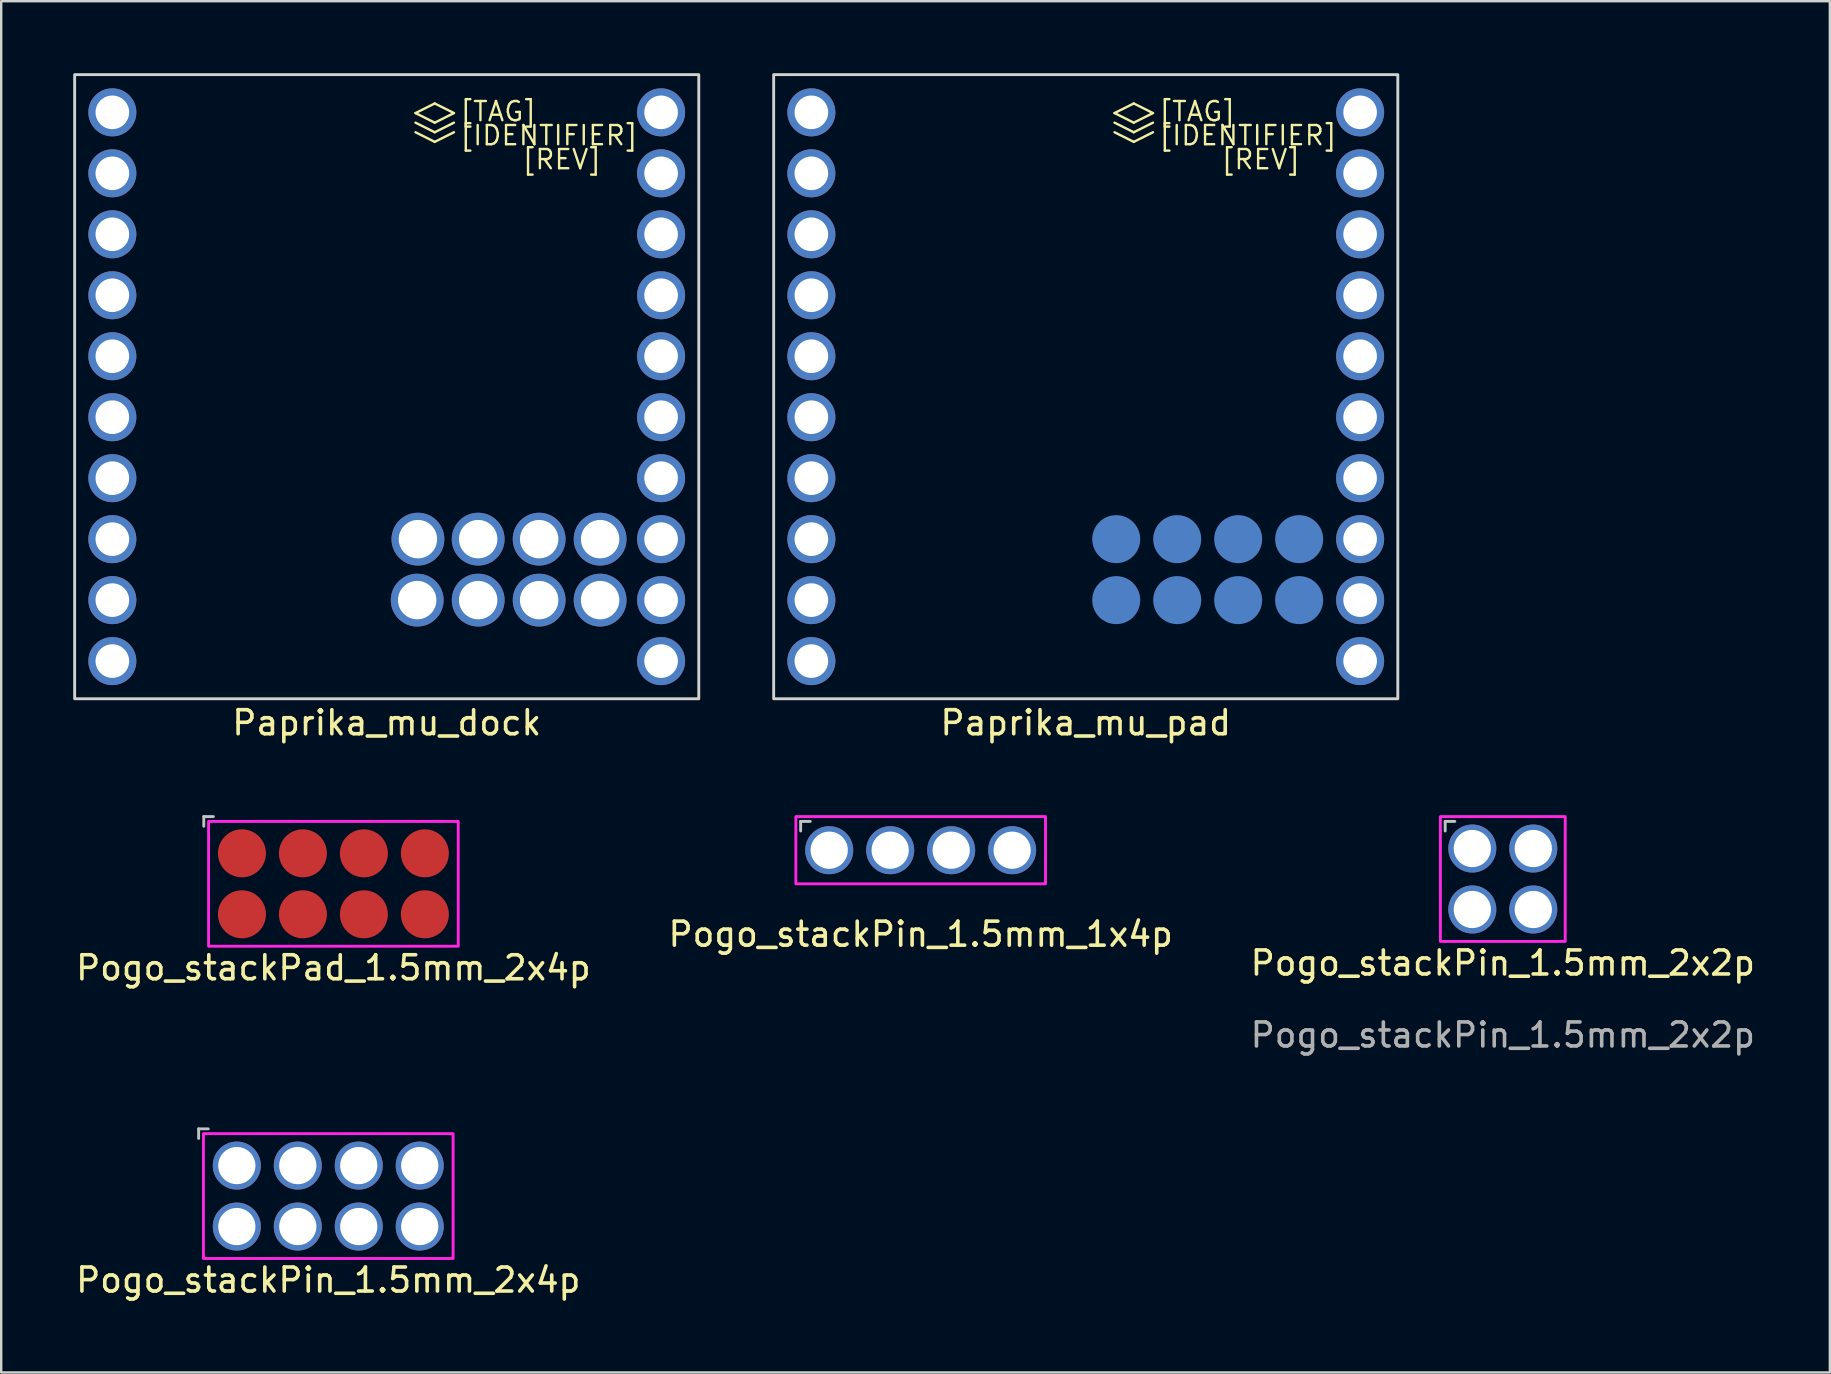
<source format=kicad_pcb>
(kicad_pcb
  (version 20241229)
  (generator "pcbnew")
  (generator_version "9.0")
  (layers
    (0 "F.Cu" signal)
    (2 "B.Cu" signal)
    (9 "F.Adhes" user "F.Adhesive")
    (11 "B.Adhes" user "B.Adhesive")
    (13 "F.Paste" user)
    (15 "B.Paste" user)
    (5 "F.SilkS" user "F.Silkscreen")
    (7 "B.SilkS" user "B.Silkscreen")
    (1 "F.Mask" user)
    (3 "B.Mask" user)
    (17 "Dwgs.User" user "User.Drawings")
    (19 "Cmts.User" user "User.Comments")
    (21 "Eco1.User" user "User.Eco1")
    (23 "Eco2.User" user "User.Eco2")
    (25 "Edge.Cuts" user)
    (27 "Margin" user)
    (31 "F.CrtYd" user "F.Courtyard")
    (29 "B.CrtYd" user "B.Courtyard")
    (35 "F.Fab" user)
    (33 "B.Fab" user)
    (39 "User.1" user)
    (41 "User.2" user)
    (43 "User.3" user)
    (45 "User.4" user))
  (footprint "Pogo_stackPin_1.5mm_2x2p"
    (layer "F.Cu")
    (at 59.554 33.568)
    (property "Reference" "Pogo_stackPin_1.5mm_2x2p" (at 0 3.5 0) (unlocked yes) (layer "F.SilkS") (effects (font (size 1 1) (thickness 0.15))))
    (attr smd)
    (fp_line (start -2.4 -2.4) (end -2 -2.4) (stroke (width 0.12) (type solid)) (layer "Dwgs.User"))
    (fp_line (start -2.4 -2) (end -2.4 -2.4) (stroke (width 0.12) (type solid)) (layer "Dwgs.User"))
    (fp_rect (start -2.6 -2.6) (end 2.6 2.6) (stroke (width 0.12) (type solid)) (fill no) (layer "F.CrtYd"))
    (fp_text user "${REFERENCE}" (at 0 6.5 0) (unlocked yes) (layer "F.Fab") (effects (font (size 1 1) (thickness 0.15))))
    (pad "1" thru_hole circle (at -1.27 -1.27) (size 2 2) (drill 1.55) (layers "*.Cu" "*.Mask"))
    (pad "2" thru_hole circle (at 1.27 -1.27) (size 2 2) (drill 1.55) (layers "*.Cu" "*.Mask"))
    (pad "3" thru_hole circle (at -1.27 1.27) (size 2 2) (drill 1.55) (layers "*.Cu" "*.Mask"))
    (pad "4" thru_hole circle (at 1.27 1.27) (size 2 2) (drill 1.55) (layers "*.Cu" "*.Mask")))
  (footprint "Pogo_stackPad_1.5mm_2x4p"
    (layer "F.Cu")
    (at 10.839 33.768)
    (property "Reference" "Pogo_stackPad_1.5mm_2x4p" (at 0 3.5 0) (unlocked yes) (layer "F.SilkS") (effects (font (size 1 1) (thickness 0.15))))
    (attr smd)
    (fp_line (start -5.4 -2.8) (end -5 -2.8) (stroke (width 0.12) (type solid)) (layer "Dwgs.User"))
    (fp_line (start -5.4 -2.4) (end -5.4 -2.8) (stroke (width 0.12) (type solid)) (layer "Dwgs.User"))
    (fp_rect (start -5.2 -2.6) (end 5.2 2.6) (stroke (width 0.12) (type solid)) (fill no) (layer "F.CrtYd"))
    (pad "1" smd circle (at -3.81 -1.27) (size 2 2) (layers "F.Cu" "F.Mask" "F.Paste"))
    (pad "2" smd circle (at -1.27 -1.27) (size 2 2) (layers "F.Cu" "F.Mask" "F.Paste"))
    (pad "3" smd circle (at 1.27 -1.27) (size 2 2) (layers "F.Cu" "F.Mask" "F.Paste"))
    (pad "4" smd circle (at 3.81 -1.27) (size 2 2) (layers "F.Cu" "F.Mask" "F.Paste"))
    (pad "5" smd circle (at -3.81 1.27) (size 2 2) (layers "F.Cu" "F.Mask" "F.Paste"))
    (pad "6" smd circle (at -1.27 1.27) (size 2 2) (layers "F.Cu" "F.Mask" "F.Paste"))
    (pad "7" smd circle (at 1.27 1.27) (size 2 2) (layers "F.Cu" "F.Mask" "F.Paste"))
    (pad "8" smd circle (at 3.81 1.27) (size 2 2) (layers "F.Cu" "F.Mask" "F.Paste")))
  (footprint "Pogo_stackPin_1.5mm_1x4p"
    (layer "F.Cu")
    (at 35.304 32.368)
    (property "Reference" "Pogo_stackPin_1.5mm_1x4p" (at 0 3.5 0) (unlocked yes) (layer "F.SilkS") (effects (font (size 1 1) (thickness 0.15))))
    (attr smd)
    (fp_line (start -5 -1.2) (end -4.6 -1.2) (stroke (width 0.12) (type solid)) (layer "Dwgs.User"))
    (fp_line (start -5 -0.8) (end -5 -1.2) (stroke (width 0.12) (type solid)) (layer "Dwgs.User"))
    (fp_rect (start -5.2 -1.4) (end 5.2 1.4) (stroke (width 0.12) (type solid)) (fill no) (layer "F.CrtYd"))
    (pad "1" thru_hole circle (at -3.81 0) (size 2 2) (drill 1.55) (layers "*.Cu" "*.Mask"))
    (pad "2" thru_hole circle (at -1.27 0) (size 2 2) (drill 1.55) (layers "*.Cu" "*.Mask"))
    (pad "3" thru_hole circle (at 1.27 0) (size 2 2) (drill 1.55) (layers "*.Cu" "*.Mask"))
    (pad "4" thru_hole circle (at 3.81 0) (size 2 2) (drill 1.55) (layers "*.Cu" "*.Mask")))
  (footprint "Pogo_stackPin_1.5mm_2x4p"
    (layer "F.Cu")
    (at 10.625 46.776)
    (property "Reference" "Pogo_stackPin_1.5mm_2x4p" (at 0 3.5 0) (unlocked yes) (layer "F.SilkS") (effects (font (size 1 1) (thickness 0.15))))
    (attr smd)
    (fp_line (start -5.4 -2.8) (end -5 -2.8) (stroke (width 0.12) (type solid)) (layer "Dwgs.User"))
    (fp_line (start -5.4 -2.4) (end -5.4 -2.8) (stroke (width 0.12) (type solid)) (layer "Dwgs.User"))
    (fp_rect (start -5.2 -2.6) (end 5.2 2.6) (stroke (width 0.12) (type solid)) (fill no) (layer "F.CrtYd"))
    (pad "1" thru_hole circle (at -3.81 -1.27) (size 2 2) (drill 1.55) (layers "*.Cu" "*.Mask"))
    (pad "2" thru_hole circle (at -1.27 -1.27) (size 2 2) (drill 1.55) (layers "*.Cu" "*.Mask"))
    (pad "3" thru_hole circle (at 1.27 -1.27) (size 2 2) (drill 1.55) (layers "*.Cu" "*.Mask"))
    (pad "4" thru_hole circle (at 3.81 -1.27) (size 2 2) (drill 1.55) (layers "*.Cu" "*.Mask"))
    (pad "5" thru_hole circle (at -3.81 1.27) (size 2 2) (drill 1.55) (layers "*.Cu" "*.Mask"))
    (pad "6" thru_hole circle (at -1.27 1.27) (size 2 2) (drill 1.55) (layers "*.Cu" "*.Mask"))
    (pad "7" thru_hole circle (at 1.27 1.27) (size 2 2) (drill 1.55) (layers "*.Cu" "*.Mask"))
    (pad "8" thru_hole circle (at 3.81 1.27) (size 2 2) (drill 1.55) (layers "*.Cu" "*.Mask")))
  (footprint "Paprika_mu_pad"
    (layer "F.Cu")
    (at 42.18 13.06)
    (property "Reference" "Paprika_mu_pad" (at 0 14 0) (unlocked yes) (layer "F.SilkS") (effects (font (size 1 1) (thickness 0.15))))
    (attr smd)
    (fp_line (start 1.2 -11.4) (end 2 -11) (stroke (width 0.1) (type default)) (layer "F.SilkS"))
    (fp_line (start 1.2 -11) (end 2 -10.6) (stroke (width 0.1) (type default)) (layer "F.SilkS"))
    (fp_line (start 1.2 -10.6) (end 2 -10.2) (stroke (width 0.1) (type default)) (layer "F.SilkS"))
    (fp_line (start 2 -11.8) (end 1.2 -11.4) (stroke (width 0.1) (type default)) (layer "F.SilkS"))
    (fp_line (start 2 -11.8) (end 2.8 -11.4) (stroke (width 0.1) (type default)) (layer "F.SilkS"))
    (fp_line (start 2 -11) (end 2.8 -11.4) (stroke (width 0.1) (type default)) (layer "F.SilkS"))
    (fp_line (start 2 -10.6) (end 2.8 -11) (stroke (width 0.1) (type default)) (layer "F.SilkS"))
    (fp_line (start 2 -10.2) (end 2.8 -10.6) (stroke (width 0.1) (type default)) (layer "F.SilkS"))
    (fp_rect (start -13 -13) (end 13 13) (stroke (width 0.12) (type solid)) (fill no) (layer "Edge.Cuts"))
    (fp_text user "[REV]" (at 9 -9 0) (unlocked yes) (layer "F.SilkS") (effects (font (size 0.8 0.8) (thickness 0.1)) (justify right bottom)))
    (fp_text user "[TAG]" (at 3 -11 0) (unlocked yes) (layer "F.SilkS") (effects (font (size 0.8 0.8) (thickness 0.1)) (justify left bottom)))
    (fp_text user "[IDENTIFIER]" (at 3 -10 0) (unlocked yes) (layer "F.SilkS") (effects (font (size 0.8 0.8) (thickness 0.1)) (justify left bottom)))
    (pad "1" thru_hole circle (at -11.43 11.43) (size 2 2) (drill 1.4) (layers "*.Cu" "*.Mask"))
    (pad "2" thru_hole circle (at -11.43 8.89) (size 2 2) (drill 1.4) (layers "*.Cu" "*.Mask"))
    (pad "3" thru_hole circle (at -11.43 6.35) (size 2 2) (drill 1.4) (layers "*.Cu" "*.Mask"))
    (pad "4" thru_hole circle (at -11.43 3.81) (size 2 2) (drill 1.4) (layers "*.Cu" "*.Mask"))
    (pad "5" thru_hole circle (at -11.43 1.27) (size 2 2) (drill 1.4) (layers "*.Cu" "*.Mask"))
    (pad "6" thru_hole circle (at -11.43 -1.27) (size 2 2) (drill 1.4) (layers "*.Cu" "*.Mask"))
    (pad "7" thru_hole circle (at -11.43 -3.81) (size 2 2) (drill 1.4) (layers "*.Cu" "*.Mask"))
    (pad "8" thru_hole circle (at -11.43 -6.35) (size 2 2) (drill 1.4) (layers "*.Cu" "*.Mask"))
    (pad "9" thru_hole circle (at -11.43 -8.89) (size 2 2) (drill 1.4) (layers "*.Cu" "*.Mask"))
    (pad "10" thru_hole circle (at -11.43 -11.43) (size 2 2) (drill 1.4) (layers "*.Cu" "*.Mask"))
    (pad "11" thru_hole circle (at 11.43 -11.43) (size 2 2) (drill 1.4) (layers "*.Cu" "*.Mask"))
    (pad "12" thru_hole circle (at 11.43 -8.89) (size 2 2) (drill 1.4) (layers "*.Cu" "*.Mask"))
    (pad "13" thru_hole circle (at 11.43 -6.35) (size 2 2) (drill 1.4) (layers "*.Cu" "*.Mask"))
    (pad "14" thru_hole circle (at 11.43 -3.81) (size 2 2) (drill 1.4) (layers "*.Cu" "*.Mask"))
    (pad "15" thru_hole circle (at 11.43 -1.27) (size 2 2) (drill 1.4) (layers "*.Cu" "*.Mask"))
    (pad "16" thru_hole circle (at 11.43 1.27) (size 2 2) (drill 1.4) (layers "*.Cu" "*.Mask"))
    (pad "17" thru_hole circle (at 11.43 3.81) (size 2 2) (drill 1.4) (layers "*.Cu" "*.Mask"))
    (pad "18" thru_hole circle (at 11.43 6.35) (size 2 2) (drill 1.4) (layers "*.Cu" "*.Mask"))
    (pad "19" thru_hole circle (at 11.43 8.89) (size 2 2) (drill 1.4) (layers "*.Cu" "*.Mask"))
    (pad "20" thru_hole circle (at 11.43 11.43) (size 2 2) (drill 1.4) (layers "*.Cu" "*.Mask"))
    (pad "21" smd circle (at 1.27 6.35) (size 2 2) (layers "B.Cu" "B.Mask" "B.Adhes" "B.Paste"))
    (pad "22" smd circle (at 3.81 6.35) (size 2 2) (layers "B.Cu" "B.Mask" "B.Adhes" "B.Paste"))
    (pad "23" smd circle (at 6.35 6.35) (size 2 2) (layers "B.Cu" "B.Mask" "B.Adhes" "B.Paste"))
    (pad "24" smd circle (at 8.89 6.35) (size 2 2) (layers "B.Cu" "B.Mask" "B.Adhes" "B.Paste"))
    (pad "25" smd circle (at 1.27 8.89) (size 2 2) (layers "B.Cu" "B.Mask" "B.Adhes" "B.Paste"))
    (pad "26" smd circle (at 3.81 8.89) (size 2 2) (layers "B.Cu" "B.Mask" "B.Adhes" "B.Paste"))
    (pad "27" smd circle (at 6.35 8.89) (size 2 2) (layers "B.Cu" "B.Mask" "B.Adhes" "B.Paste"))
    (pad "28" smd circle (at 8.89 8.89) (size 2 2) (layers "B.Cu" "B.Mask" "B.Adhes" "B.Paste")))
  (footprint "Paprika_mu_dock"
    (layer "F.Cu")
    (at 13.06 13.06)
    (property "Reference" "Paprika_mu_dock" (at 0 14 0) (unlocked yes) (layer "F.SilkS") (effects (font (size 1 1) (thickness 0.15))))
    (attr smd)
    (fp_line (start 1.2 -11.4) (end 2 -11) (stroke (width 0.1) (type default)) (layer "F.SilkS"))
    (fp_line (start 1.2 -11) (end 2 -10.6) (stroke (width 0.1) (type default)) (layer "F.SilkS"))
    (fp_line (start 1.2 -10.6) (end 2 -10.2) (stroke (width 0.1) (type default)) (layer "F.SilkS"))
    (fp_line (start 2 -11.8) (end 1.2 -11.4) (stroke (width 0.1) (type default)) (layer "F.SilkS"))
    (fp_line (start 2 -11.8) (end 2.8 -11.4) (stroke (width 0.1) (type default)) (layer "F.SilkS"))
    (fp_line (start 2 -11) (end 2.8 -11.4) (stroke (width 0.1) (type default)) (layer "F.SilkS"))
    (fp_line (start 2 -10.6) (end 2.8 -11) (stroke (width 0.1) (type default)) (layer "F.SilkS"))
    (fp_line (start 2 -10.2) (end 2.8 -10.6) (stroke (width 0.1) (type default)) (layer "F.SilkS"))
    (fp_rect (start -13 -13) (end 13 13) (stroke (width 0.12) (type solid)) (fill no) (layer "Edge.Cuts"))
    (fp_text user "[IDENTIFIER]" (at 3 -10 0) (unlocked yes) (layer "F.SilkS") (effects (font (size 0.8 0.8) (thickness 0.1)) (justify left bottom)))
    (fp_text user "[REV]" (at 9 -9 0) (unlocked yes) (layer "F.SilkS") (effects (font (size 0.8 0.8) (thickness 0.1)) (justify right bottom)))
    (fp_text user "[TAG]" (at 3 -11 0) (unlocked yes) (layer "F.SilkS") (effects (font (size 0.8 0.8) (thickness 0.1)) (justify left bottom)))
    (pad "1" thru_hole circle (at -11.43 11.43) (size 2 2) (drill 1.4) (layers "*.Cu" "*.Mask"))
    (pad "2" thru_hole circle (at -11.43 8.89) (size 2 2) (drill 1.4) (layers "*.Cu" "*.Mask"))
    (pad "3" thru_hole circle (at -11.43 6.35) (size 2 2) (drill 1.4) (layers "*.Cu" "*.Mask"))
    (pad "4" thru_hole circle (at -11.43 3.81) (size 2 2) (drill 1.4) (layers "*.Cu" "*.Mask"))
    (pad "5" thru_hole circle (at -11.43 1.27) (size 2 2) (drill 1.4) (layers "*.Cu" "*.Mask"))
    (pad "6" thru_hole circle (at -11.43 -1.27) (size 2 2) (drill 1.4) (layers "*.Cu" "*.Mask"))
    (pad "7" thru_hole circle (at -11.43 -3.81) (size 2 2) (drill 1.4) (layers "*.Cu" "*.Mask"))
    (pad "8" thru_hole circle (at -11.43 -6.35) (size 2 2) (drill 1.4) (layers "*.Cu" "*.Mask"))
    (pad "9" thru_hole circle (at -11.43 -8.89) (size 2 2) (drill 1.4) (layers "*.Cu" "*.Mask"))
    (pad "10" thru_hole circle (at -11.43 -11.43) (size 2 2) (drill 1.4) (layers "*.Cu" "*.Mask"))
    (pad "11" thru_hole circle (at 11.43 -11.43) (size 2 2) (drill 1.4) (layers "*.Cu" "*.Mask"))
    (pad "12" thru_hole circle (at 11.43 -8.89) (size 2 2) (drill 1.4) (layers "*.Cu" "*.Mask"))
    (pad "13" thru_hole circle (at 11.43 -6.35) (size 2 2) (drill 1.4) (layers "*.Cu" "*.Mask"))
    (pad "14" thru_hole circle (at 11.43 -3.81) (size 2 2) (drill 1.4) (layers "*.Cu" "*.Mask"))
    (pad "15" thru_hole circle (at 11.43 -1.27) (size 2 2) (drill 1.4) (layers "*.Cu" "*.Mask"))
    (pad "16" thru_hole circle (at 11.43 1.27) (size 2 2) (drill 1.4) (layers "*.Cu" "*.Mask"))
    (pad "17" thru_hole circle (at 11.43 3.81) (size 2 2) (drill 1.4) (layers "*.Cu" "*.Mask"))
    (pad "18" thru_hole circle (at 11.43 6.35) (size 2 2) (drill 1.4) (layers "*.Cu" "*.Mask"))
    (pad "19" thru_hole circle (at 11.43 8.89) (size 2 2) (drill 1.4) (layers "*.Cu" "*.Mask"))
    (pad "20" thru_hole circle (at 11.43 11.43) (size 2 2) (drill 1.4) (layers "*.Cu" "*.Mask"))
    (pad "21" thru_hole circle (at 1.3 6.35) (size 2.2 2.2) (drill 1.6) (layers "*.Cu" "*.Mask"))
    (pad "22" thru_hole circle (at 3.81 6.35) (size 2.2 2.2) (drill 1.6) (layers "*.Cu" "*.Mask"))
    (pad "23" thru_hole circle (at 6.35 6.35) (size 2.2 2.2) (drill 1.6) (layers "*.Cu" "*.Mask"))
    (pad "24" thru_hole circle (at 8.89 6.35) (size 2.2 2.2) (drill 1.6) (layers "*.Cu" "*.Mask"))
    (pad "25" thru_hole circle (at 1.27 8.89) (size 2.2 2.2) (drill 1.6) (layers "*.Cu" "*.Mask"))
    (pad "26" thru_hole circle (at 3.81 8.89) (size 2.2 2.2) (drill 1.6) (layers "*.Cu" "*.Mask"))
    (pad "27" thru_hole circle (at 6.35 8.89) (size 2.2 2.2) (drill 1.6) (layers "*.Cu" "*.Mask"))
    (pad "28" thru_hole circle (at 8.89 8.89) (size 2.2 2.2) (drill 1.6) (layers "*.Cu" "*.Mask")))
  (gr_rect
    (start -3 -3)
    (end 73.179 54.125)
    (stroke (width 0.1) (type default))
    (fill no)
    (layer "Edge.Cuts")))
</source>
